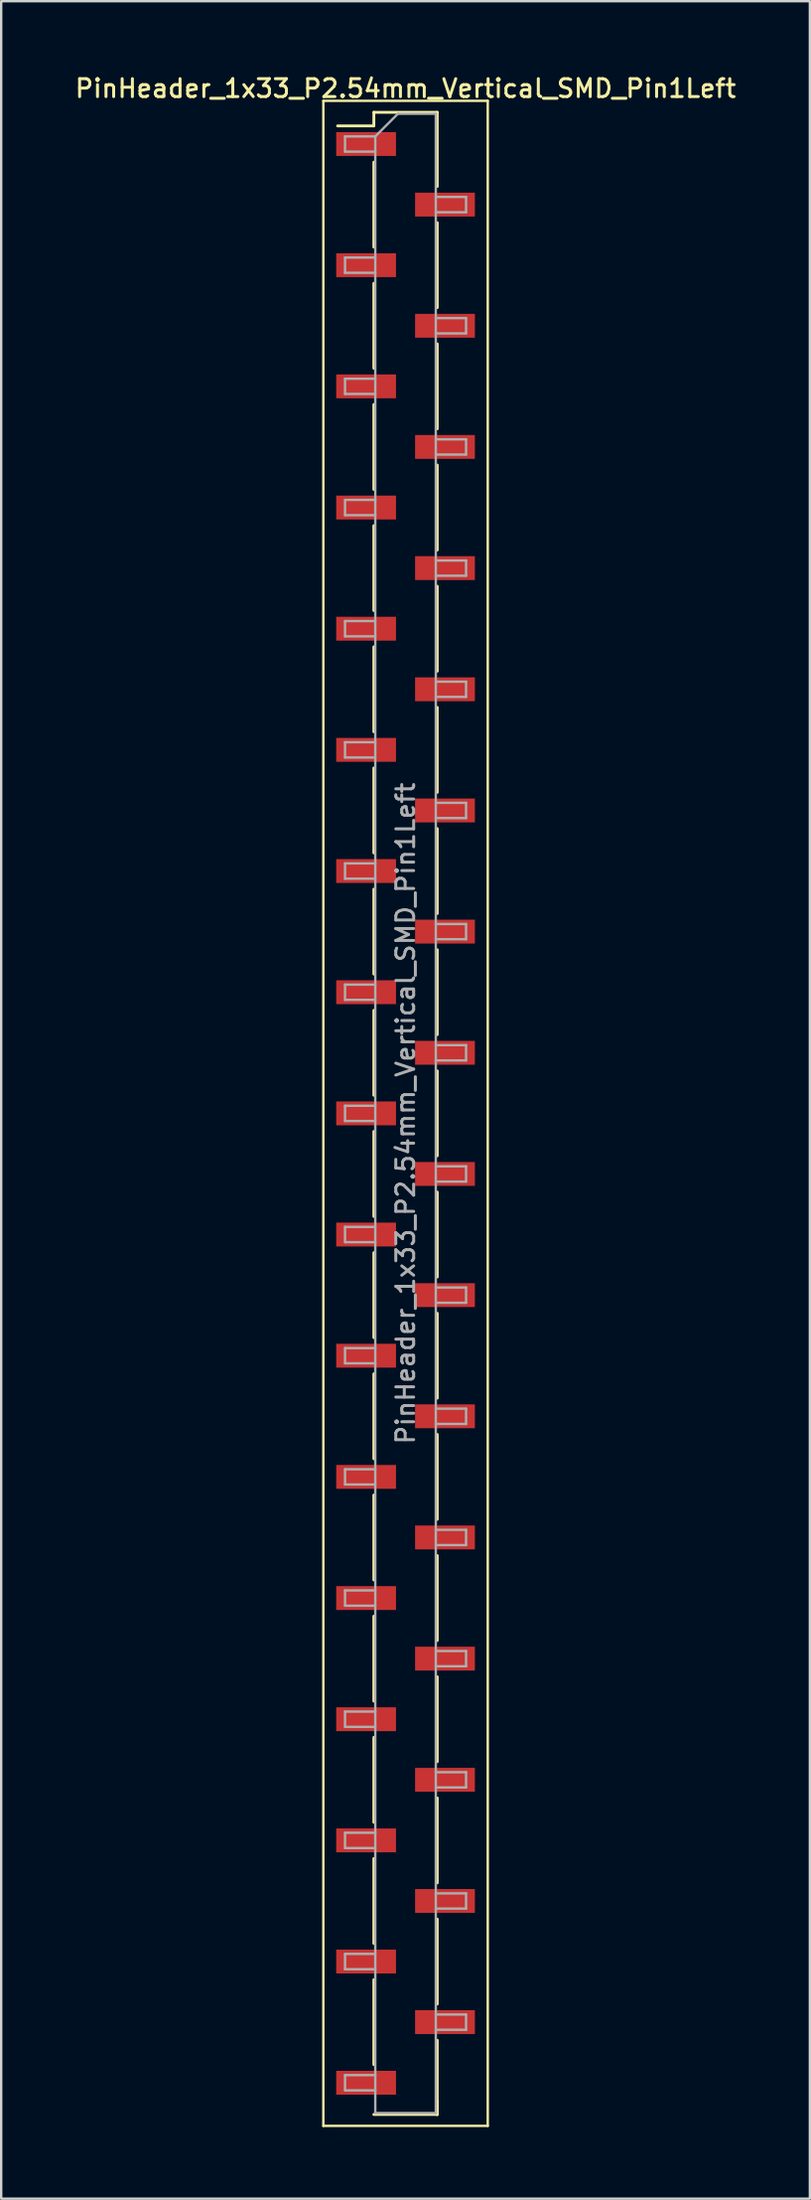
<source format=kicad_pcb>
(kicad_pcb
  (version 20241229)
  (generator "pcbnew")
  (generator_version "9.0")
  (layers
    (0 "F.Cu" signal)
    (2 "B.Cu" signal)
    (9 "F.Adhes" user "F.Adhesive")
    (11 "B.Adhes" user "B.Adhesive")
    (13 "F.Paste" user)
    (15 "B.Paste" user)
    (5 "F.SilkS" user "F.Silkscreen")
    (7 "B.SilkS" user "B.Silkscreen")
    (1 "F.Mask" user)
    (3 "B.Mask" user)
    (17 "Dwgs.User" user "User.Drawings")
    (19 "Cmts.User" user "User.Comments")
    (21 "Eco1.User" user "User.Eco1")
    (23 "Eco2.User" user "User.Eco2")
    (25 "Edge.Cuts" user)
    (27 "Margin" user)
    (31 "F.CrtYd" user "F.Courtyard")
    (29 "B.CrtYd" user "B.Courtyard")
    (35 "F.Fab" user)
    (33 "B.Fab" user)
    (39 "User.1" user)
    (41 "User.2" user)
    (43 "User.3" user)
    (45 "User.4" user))
  (footprint "PinHeader_1x33_P2.54mm_Vertical_SMD_Pin1Left"
    (layer "F.Cu")
    (at 13.97 43.628)
    (property "Reference" "PinHeader_1x33_P2.54mm_Vertical_SMD_Pin1Left" (at 0 -42.97 0) (layer "F.SilkS") (effects (font (size 0.75 0.75) (thickness 0.125))))
    (attr smd)
    (fp_line (start -3.45 -42.45) (end -3.45 42.45) (stroke (width 0.1) (type solid)) (layer "F.SilkS"))
    (fp_line (start -3.45 42.45) (end 3.45 42.45) (stroke (width 0.1) (type solid)) (layer "F.SilkS"))
    (fp_line (start -1.33 -41.97) (end -1.33 -41.4) (stroke (width 0.12) (type solid)) (layer "F.SilkS"))
    (fp_line (start -1.33 -41.97) (end 1.33 -41.97) (stroke (width 0.12) (type solid)) (layer "F.SilkS"))
    (fp_line (start -1.33 -41.4) (end -2.85 -41.4) (stroke (width 0.12) (type solid)) (layer "F.SilkS"))
    (fp_line (start -1.33 -39.88) (end -1.33 -36.32) (stroke (width 0.12) (type solid)) (layer "F.SilkS"))
    (fp_line (start -1.33 -34.8) (end -1.33 -31.24) (stroke (width 0.12) (type solid)) (layer "F.SilkS"))
    (fp_line (start -1.33 -29.72) (end -1.33 -26.16) (stroke (width 0.12) (type solid)) (layer "F.SilkS"))
    (fp_line (start -1.33 -24.64) (end -1.33 -21.08) (stroke (width 0.12) (type solid)) (layer "F.SilkS"))
    (fp_line (start -1.33 -19.56) (end -1.33 -16) (stroke (width 0.12) (type solid)) (layer "F.SilkS"))
    (fp_line (start -1.33 -14.48) (end -1.33 -10.92) (stroke (width 0.12) (type solid)) (layer "F.SilkS"))
    (fp_line (start -1.33 -9.4) (end -1.33 -5.84) (stroke (width 0.12) (type solid)) (layer "F.SilkS"))
    (fp_line (start -1.33 -4.32) (end -1.33 -0.76) (stroke (width 0.12) (type solid)) (layer "F.SilkS"))
    (fp_line (start -1.33 0.76) (end -1.33 4.32) (stroke (width 0.12) (type solid)) (layer "F.SilkS"))
    (fp_line (start -1.33 5.84) (end -1.33 9.4) (stroke (width 0.12) (type solid)) (layer "F.SilkS"))
    (fp_line (start -1.33 10.92) (end -1.33 14.48) (stroke (width 0.12) (type solid)) (layer "F.SilkS"))
    (fp_line (start -1.33 16) (end -1.33 19.56) (stroke (width 0.12) (type solid)) (layer "F.SilkS"))
    (fp_line (start -1.33 21.08) (end -1.33 24.64) (stroke (width 0.12) (type solid)) (layer "F.SilkS"))
    (fp_line (start -1.33 26.16) (end -1.33 29.72) (stroke (width 0.12) (type solid)) (layer "F.SilkS"))
    (fp_line (start -1.33 31.24) (end -1.33 34.8) (stroke (width 0.12) (type solid)) (layer "F.SilkS"))
    (fp_line (start -1.33 36.32) (end -1.33 39.88) (stroke (width 0.12) (type solid)) (layer "F.SilkS"))
    (fp_line (start -1.33 41.97) (end 1.33 41.97) (stroke (width 0.12) (type solid)) (layer "F.SilkS"))
    (fp_line (start 1.33 -41.97) (end 1.33 -38.86) (stroke (width 0.12) (type solid)) (layer "F.SilkS"))
    (fp_line (start 1.33 -37.34) (end 1.33 -33.78) (stroke (width 0.12) (type solid)) (layer "F.SilkS"))
    (fp_line (start 1.33 -32.26) (end 1.33 -28.7) (stroke (width 0.12) (type solid)) (layer "F.SilkS"))
    (fp_line (start 1.33 -27.18) (end 1.33 -23.62) (stroke (width 0.12) (type solid)) (layer "F.SilkS"))
    (fp_line (start 1.33 -22.1) (end 1.33 -18.54) (stroke (width 0.12) (type solid)) (layer "F.SilkS"))
    (fp_line (start 1.33 -17.02) (end 1.33 -13.46) (stroke (width 0.12) (type solid)) (layer "F.SilkS"))
    (fp_line (start 1.33 -11.94) (end 1.33 -8.38) (stroke (width 0.12) (type solid)) (layer "F.SilkS"))
    (fp_line (start 1.33 -6.86) (end 1.33 -3.3) (stroke (width 0.12) (type solid)) (layer "F.SilkS"))
    (fp_line (start 1.33 -1.78) (end 1.33 1.78) (stroke (width 0.12) (type solid)) (layer "F.SilkS"))
    (fp_line (start 1.33 3.3) (end 1.33 6.86) (stroke (width 0.12) (type solid)) (layer "F.SilkS"))
    (fp_line (start 1.33 8.38) (end 1.33 11.94) (stroke (width 0.12) (type solid)) (layer "F.SilkS"))
    (fp_line (start 1.33 13.46) (end 1.33 17.02) (stroke (width 0.12) (type solid)) (layer "F.SilkS"))
    (fp_line (start 1.33 18.54) (end 1.33 22.1) (stroke (width 0.12) (type solid)) (layer "F.SilkS"))
    (fp_line (start 1.33 23.62) (end 1.33 27.18) (stroke (width 0.12) (type solid)) (layer "F.SilkS"))
    (fp_line (start 1.33 28.7) (end 1.33 32.26) (stroke (width 0.12) (type solid)) (layer "F.SilkS"))
    (fp_line (start 1.33 33.78) (end 1.33 37.34) (stroke (width 0.12) (type solid)) (layer "F.SilkS"))
    (fp_line (start 1.33 38.86) (end 1.33 41.97) (stroke (width 0.12) (type solid)) (layer "F.SilkS"))
    (fp_line (start 1.33 41.4) (end 1.33 41.97) (stroke (width 0.12) (type solid)) (layer "F.SilkS"))
    (fp_line (start 3.45 -42.45) (end -3.45 -42.45) (stroke (width 0.1) (type solid)) (layer "F.SilkS"))
    (fp_line (start 3.45 42.45) (end 3.45 -42.45) (stroke (width 0.1) (type solid)) (layer "F.SilkS"))
    (fp_line (start -2.54 -40.96) (end -2.54 -40.32) (stroke (width 0.1) (type solid)) (layer "F.Fab"))
    (fp_line (start -2.54 -40.32) (end -1.27 -40.32) (stroke (width 0.1) (type solid)) (layer "F.Fab"))
    (fp_line (start -2.54 -35.88) (end -2.54 -35.24) (stroke (width 0.1) (type solid)) (layer "F.Fab"))
    (fp_line (start -2.54 -35.24) (end -1.27 -35.24) (stroke (width 0.1) (type solid)) (layer "F.Fab"))
    (fp_line (start -2.54 -30.8) (end -2.54 -30.16) (stroke (width 0.1) (type solid)) (layer "F.Fab"))
    (fp_line (start -2.54 -30.16) (end -1.27 -30.16) (stroke (width 0.1) (type solid)) (layer "F.Fab"))
    (fp_line (start -2.54 -25.72) (end -2.54 -25.08) (stroke (width 0.1) (type solid)) (layer "F.Fab"))
    (fp_line (start -2.54 -25.08) (end -1.27 -25.08) (stroke (width 0.1) (type solid)) (layer "F.Fab"))
    (fp_line (start -2.54 -20.64) (end -2.54 -20) (stroke (width 0.1) (type solid)) (layer "F.Fab"))
    (fp_line (start -2.54 -20) (end -1.27 -20) (stroke (width 0.1) (type solid)) (layer "F.Fab"))
    (fp_line (start -2.54 -15.56) (end -2.54 -14.92) (stroke (width 0.1) (type solid)) (layer "F.Fab"))
    (fp_line (start -2.54 -14.92) (end -1.27 -14.92) (stroke (width 0.1) (type solid)) (layer "F.Fab"))
    (fp_line (start -2.54 -10.48) (end -2.54 -9.84) (stroke (width 0.1) (type solid)) (layer "F.Fab"))
    (fp_line (start -2.54 -9.84) (end -1.27 -9.84) (stroke (width 0.1) (type solid)) (layer "F.Fab"))
    (fp_line (start -2.54 -5.4) (end -2.54 -4.76) (stroke (width 0.1) (type solid)) (layer "F.Fab"))
    (fp_line (start -2.54 -4.76) (end -1.27 -4.76) (stroke (width 0.1) (type solid)) (layer "F.Fab"))
    (fp_line (start -2.54 -0.32) (end -2.54 0.32) (stroke (width 0.1) (type solid)) (layer "F.Fab"))
    (fp_line (start -2.54 0.32) (end -1.27 0.32) (stroke (width 0.1) (type solid)) (layer "F.Fab"))
    (fp_line (start -2.54 4.76) (end -2.54 5.4) (stroke (width 0.1) (type solid)) (layer "F.Fab"))
    (fp_line (start -2.54 5.4) (end -1.27 5.4) (stroke (width 0.1) (type solid)) (layer "F.Fab"))
    (fp_line (start -2.54 9.84) (end -2.54 10.48) (stroke (width 0.1) (type solid)) (layer "F.Fab"))
    (fp_line (start -2.54 10.48) (end -1.27 10.48) (stroke (width 0.1) (type solid)) (layer "F.Fab"))
    (fp_line (start -2.54 14.92) (end -2.54 15.56) (stroke (width 0.1) (type solid)) (layer "F.Fab"))
    (fp_line (start -2.54 15.56) (end -1.27 15.56) (stroke (width 0.1) (type solid)) (layer "F.Fab"))
    (fp_line (start -2.54 20) (end -2.54 20.64) (stroke (width 0.1) (type solid)) (layer "F.Fab"))
    (fp_line (start -2.54 20.64) (end -1.27 20.64) (stroke (width 0.1) (type solid)) (layer "F.Fab"))
    (fp_line (start -2.54 25.08) (end -2.54 25.72) (stroke (width 0.1) (type solid)) (layer "F.Fab"))
    (fp_line (start -2.54 25.72) (end -1.27 25.72) (stroke (width 0.1) (type solid)) (layer "F.Fab"))
    (fp_line (start -2.54 30.16) (end -2.54 30.8) (stroke (width 0.1) (type solid)) (layer "F.Fab"))
    (fp_line (start -2.54 30.8) (end -1.27 30.8) (stroke (width 0.1) (type solid)) (layer "F.Fab"))
    (fp_line (start -2.54 35.24) (end -2.54 35.88) (stroke (width 0.1) (type solid)) (layer "F.Fab"))
    (fp_line (start -2.54 35.88) (end -1.27 35.88) (stroke (width 0.1) (type solid)) (layer "F.Fab"))
    (fp_line (start -2.54 40.32) (end -2.54 40.96) (stroke (width 0.1) (type solid)) (layer "F.Fab"))
    (fp_line (start -2.54 40.96) (end -1.27 40.96) (stroke (width 0.1) (type solid)) (layer "F.Fab"))
    (fp_line (start -1.27 -40.96) (end -2.54 -40.96) (stroke (width 0.1) (type solid)) (layer "F.Fab"))
    (fp_line (start -1.27 -40.96) (end -0.32 -41.91) (stroke (width 0.1) (type solid)) (layer "F.Fab"))
    (fp_line (start -1.27 -35.88) (end -2.54 -35.88) (stroke (width 0.1) (type solid)) (layer "F.Fab"))
    (fp_line (start -1.27 -30.8) (end -2.54 -30.8) (stroke (width 0.1) (type solid)) (layer "F.Fab"))
    (fp_line (start -1.27 -25.72) (end -2.54 -25.72) (stroke (width 0.1) (type solid)) (layer "F.Fab"))
    (fp_line (start -1.27 -20.64) (end -2.54 -20.64) (stroke (width 0.1) (type solid)) (layer "F.Fab"))
    (fp_line (start -1.27 -15.56) (end -2.54 -15.56) (stroke (width 0.1) (type solid)) (layer "F.Fab"))
    (fp_line (start -1.27 -10.48) (end -2.54 -10.48) (stroke (width 0.1) (type solid)) (layer "F.Fab"))
    (fp_line (start -1.27 -5.4) (end -2.54 -5.4) (stroke (width 0.1) (type solid)) (layer "F.Fab"))
    (fp_line (start -1.27 -0.32) (end -2.54 -0.32) (stroke (width 0.1) (type solid)) (layer "F.Fab"))
    (fp_line (start -1.27 4.76) (end -2.54 4.76) (stroke (width 0.1) (type solid)) (layer "F.Fab"))
    (fp_line (start -1.27 9.84) (end -2.54 9.84) (stroke (width 0.1) (type solid)) (layer "F.Fab"))
    (fp_line (start -1.27 14.92) (end -2.54 14.92) (stroke (width 0.1) (type solid)) (layer "F.Fab"))
    (fp_line (start -1.27 20) (end -2.54 20) (stroke (width 0.1) (type solid)) (layer "F.Fab"))
    (fp_line (start -1.27 25.08) (end -2.54 25.08) (stroke (width 0.1) (type solid)) (layer "F.Fab"))
    (fp_line (start -1.27 30.16) (end -2.54 30.16) (stroke (width 0.1) (type solid)) (layer "F.Fab"))
    (fp_line (start -1.27 35.24) (end -2.54 35.24) (stroke (width 0.1) (type solid)) (layer "F.Fab"))
    (fp_line (start -1.27 40.32) (end -2.54 40.32) (stroke (width 0.1) (type solid)) (layer "F.Fab"))
    (fp_line (start -1.27 41.91) (end -1.27 -40.96) (stroke (width 0.1) (type solid)) (layer "F.Fab"))
    (fp_line (start -0.32 -41.91) (end 1.27 -41.91) (stroke (width 0.1) (type solid)) (layer "F.Fab"))
    (fp_line (start 1.27 -41.91) (end 1.27 41.91) (stroke (width 0.1) (type solid)) (layer "F.Fab"))
    (fp_line (start 1.27 -38.42) (end 2.54 -38.42) (stroke (width 0.1) (type solid)) (layer "F.Fab"))
    (fp_line (start 1.27 -33.34) (end 2.54 -33.34) (stroke (width 0.1) (type solid)) (layer "F.Fab"))
    (fp_line (start 1.27 -28.26) (end 2.54 -28.26) (stroke (width 0.1) (type solid)) (layer "F.Fab"))
    (fp_line (start 1.27 -23.18) (end 2.54 -23.18) (stroke (width 0.1) (type solid)) (layer "F.Fab"))
    (fp_line (start 1.27 -18.1) (end 2.54 -18.1) (stroke (width 0.1) (type solid)) (layer "F.Fab"))
    (fp_line (start 1.27 -13.02) (end 2.54 -13.02) (stroke (width 0.1) (type solid)) (layer "F.Fab"))
    (fp_line (start 1.27 -7.94) (end 2.54 -7.94) (stroke (width 0.1) (type solid)) (layer "F.Fab"))
    (fp_line (start 1.27 -2.86) (end 2.54 -2.86) (stroke (width 0.1) (type solid)) (layer "F.Fab"))
    (fp_line (start 1.27 2.22) (end 2.54 2.22) (stroke (width 0.1) (type solid)) (layer "F.Fab"))
    (fp_line (start 1.27 7.3) (end 2.54 7.3) (stroke (width 0.1) (type solid)) (layer "F.Fab"))
    (fp_line (start 1.27 12.38) (end 2.54 12.38) (stroke (width 0.1) (type solid)) (layer "F.Fab"))
    (fp_line (start 1.27 17.46) (end 2.54 17.46) (stroke (width 0.1) (type solid)) (layer "F.Fab"))
    (fp_line (start 1.27 22.54) (end 2.54 22.54) (stroke (width 0.1) (type solid)) (layer "F.Fab"))
    (fp_line (start 1.27 27.62) (end 2.54 27.62) (stroke (width 0.1) (type solid)) (layer "F.Fab"))
    (fp_line (start 1.27 32.7) (end 2.54 32.7) (stroke (width 0.1) (type solid)) (layer "F.Fab"))
    (fp_line (start 1.27 37.78) (end 2.54 37.78) (stroke (width 0.1) (type solid)) (layer "F.Fab"))
    (fp_line (start 1.27 41.91) (end -1.27 41.91) (stroke (width 0.1) (type solid)) (layer "F.Fab"))
    (fp_line (start 2.54 -38.42) (end 2.54 -37.78) (stroke (width 0.1) (type solid)) (layer "F.Fab"))
    (fp_line (start 2.54 -37.78) (end 1.27 -37.78) (stroke (width 0.1) (type solid)) (layer "F.Fab"))
    (fp_line (start 2.54 -33.34) (end 2.54 -32.7) (stroke (width 0.1) (type solid)) (layer "F.Fab"))
    (fp_line (start 2.54 -32.7) (end 1.27 -32.7) (stroke (width 0.1) (type solid)) (layer "F.Fab"))
    (fp_line (start 2.54 -28.26) (end 2.54 -27.62) (stroke (width 0.1) (type solid)) (layer "F.Fab"))
    (fp_line (start 2.54 -27.62) (end 1.27 -27.62) (stroke (width 0.1) (type solid)) (layer "F.Fab"))
    (fp_line (start 2.54 -23.18) (end 2.54 -22.54) (stroke (width 0.1) (type solid)) (layer "F.Fab"))
    (fp_line (start 2.54 -22.54) (end 1.27 -22.54) (stroke (width 0.1) (type solid)) (layer "F.Fab"))
    (fp_line (start 2.54 -18.1) (end 2.54 -17.46) (stroke (width 0.1) (type solid)) (layer "F.Fab"))
    (fp_line (start 2.54 -17.46) (end 1.27 -17.46) (stroke (width 0.1) (type solid)) (layer "F.Fab"))
    (fp_line (start 2.54 -13.02) (end 2.54 -12.38) (stroke (width 0.1) (type solid)) (layer "F.Fab"))
    (fp_line (start 2.54 -12.38) (end 1.27 -12.38) (stroke (width 0.1) (type solid)) (layer "F.Fab"))
    (fp_line (start 2.54 -7.94) (end 2.54 -7.3) (stroke (width 0.1) (type solid)) (layer "F.Fab"))
    (fp_line (start 2.54 -7.3) (end 1.27 -7.3) (stroke (width 0.1) (type solid)) (layer "F.Fab"))
    (fp_line (start 2.54 -2.86) (end 2.54 -2.22) (stroke (width 0.1) (type solid)) (layer "F.Fab"))
    (fp_line (start 2.54 -2.22) (end 1.27 -2.22) (stroke (width 0.1) (type solid)) (layer "F.Fab"))
    (fp_line (start 2.54 2.22) (end 2.54 2.86) (stroke (width 0.1) (type solid)) (layer "F.Fab"))
    (fp_line (start 2.54 2.86) (end 1.27 2.86) (stroke (width 0.1) (type solid)) (layer "F.Fab"))
    (fp_line (start 2.54 7.3) (end 2.54 7.94) (stroke (width 0.1) (type solid)) (layer "F.Fab"))
    (fp_line (start 2.54 7.94) (end 1.27 7.94) (stroke (width 0.1) (type solid)) (layer "F.Fab"))
    (fp_line (start 2.54 12.38) (end 2.54 13.02) (stroke (width 0.1) (type solid)) (layer "F.Fab"))
    (fp_line (start 2.54 13.02) (end 1.27 13.02) (stroke (width 0.1) (type solid)) (layer "F.Fab"))
    (fp_line (start 2.54 17.46) (end 2.54 18.1) (stroke (width 0.1) (type solid)) (layer "F.Fab"))
    (fp_line (start 2.54 18.1) (end 1.27 18.1) (stroke (width 0.1) (type solid)) (layer "F.Fab"))
    (fp_line (start 2.54 22.54) (end 2.54 23.18) (stroke (width 0.1) (type solid)) (layer "F.Fab"))
    (fp_line (start 2.54 23.18) (end 1.27 23.18) (stroke (width 0.1) (type solid)) (layer "F.Fab"))
    (fp_line (start 2.54 27.62) (end 2.54 28.26) (stroke (width 0.1) (type solid)) (layer "F.Fab"))
    (fp_line (start 2.54 28.26) (end 1.27 28.26) (stroke (width 0.1) (type solid)) (layer "F.Fab"))
    (fp_line (start 2.54 32.7) (end 2.54 33.34) (stroke (width 0.1) (type solid)) (layer "F.Fab"))
    (fp_line (start 2.54 33.34) (end 1.27 33.34) (stroke (width 0.1) (type solid)) (layer "F.Fab"))
    (fp_line (start 2.54 37.78) (end 2.54 38.42) (stroke (width 0.1) (type solid)) (layer "F.Fab"))
    (fp_line (start 2.54 38.42) (end 1.27 38.42) (stroke (width 0.1) (type solid)) (layer "F.Fab"))
    (fp_text user "${REFERENCE}" (at 0 0 90) (layer "F.Fab") (effects (font (size 0.75 0.75) (thickness 0.125))))
    (pad "1" smd rect (at -1.655 -40.64) (size 2.51 1) (layers "F.Cu" "F.Mask" "F.Paste"))
    (pad "2" smd rect (at 1.655 -38.1) (size 2.51 1) (layers "F.Cu" "F.Mask" "F.Paste"))
    (pad "3" smd rect (at -1.655 -35.56) (size 2.51 1) (layers "F.Cu" "F.Mask" "F.Paste"))
    (pad "4" smd rect (at 1.655 -33.02) (size 2.51 1) (layers "F.Cu" "F.Mask" "F.Paste"))
    (pad "5" smd rect (at -1.655 -30.48) (size 2.51 1) (layers "F.Cu" "F.Mask" "F.Paste"))
    (pad "6" smd rect (at 1.655 -27.94) (size 2.51 1) (layers "F.Cu" "F.Mask" "F.Paste"))
    (pad "7" smd rect (at -1.655 -25.4) (size 2.51 1) (layers "F.Cu" "F.Mask" "F.Paste"))
    (pad "8" smd rect (at 1.655 -22.86) (size 2.51 1) (layers "F.Cu" "F.Mask" "F.Paste"))
    (pad "9" smd rect (at -1.655 -20.32) (size 2.51 1) (layers "F.Cu" "F.Mask" "F.Paste"))
    (pad "10" smd rect (at 1.655 -17.78) (size 2.51 1) (layers "F.Cu" "F.Mask" "F.Paste"))
    (pad "11" smd rect (at -1.655 -15.24) (size 2.51 1) (layers "F.Cu" "F.Mask" "F.Paste"))
    (pad "12" smd rect (at 1.655 -12.7) (size 2.51 1) (layers "F.Cu" "F.Mask" "F.Paste"))
    (pad "13" smd rect (at -1.655 -10.16) (size 2.51 1) (layers "F.Cu" "F.Mask" "F.Paste"))
    (pad "14" smd rect (at 1.655 -7.62) (size 2.51 1) (layers "F.Cu" "F.Mask" "F.Paste"))
    (pad "15" smd rect (at -1.655 -5.08) (size 2.51 1) (layers "F.Cu" "F.Mask" "F.Paste"))
    (pad "16" smd rect (at 1.655 -2.54) (size 2.51 1) (layers "F.Cu" "F.Mask" "F.Paste"))
    (pad "17" smd rect (at -1.655 0) (size 2.51 1) (layers "F.Cu" "F.Mask" "F.Paste"))
    (pad "18" smd rect (at 1.655 2.54) (size 2.51 1) (layers "F.Cu" "F.Mask" "F.Paste"))
    (pad "19" smd rect (at -1.655 5.08) (size 2.51 1) (layers "F.Cu" "F.Mask" "F.Paste"))
    (pad "20" smd rect (at 1.655 7.62) (size 2.51 1) (layers "F.Cu" "F.Mask" "F.Paste"))
    (pad "21" smd rect (at -1.655 10.16) (size 2.51 1) (layers "F.Cu" "F.Mask" "F.Paste"))
    (pad "22" smd rect (at 1.655 12.7) (size 2.51 1) (layers "F.Cu" "F.Mask" "F.Paste"))
    (pad "23" smd rect (at -1.655 15.24) (size 2.51 1) (layers "F.Cu" "F.Mask" "F.Paste"))
    (pad "24" smd rect (at 1.655 17.78) (size 2.51 1) (layers "F.Cu" "F.Mask" "F.Paste"))
    (pad "25" smd rect (at -1.655 20.32) (size 2.51 1) (layers "F.Cu" "F.Mask" "F.Paste"))
    (pad "26" smd rect (at 1.655 22.86) (size 2.51 1) (layers "F.Cu" "F.Mask" "F.Paste"))
    (pad "27" smd rect (at -1.655 25.4) (size 2.51 1) (layers "F.Cu" "F.Mask" "F.Paste"))
    (pad "28" smd rect (at 1.655 27.94) (size 2.51 1) (layers "F.Cu" "F.Mask" "F.Paste"))
    (pad "29" smd rect (at -1.655 30.48) (size 2.51 1) (layers "F.Cu" "F.Mask" "F.Paste"))
    (pad "30" smd rect (at 1.655 33.02) (size 2.51 1) (layers "F.Cu" "F.Mask" "F.Paste"))
    (pad "31" smd rect (at -1.655 35.56) (size 2.51 1) (layers "F.Cu" "F.Mask" "F.Paste"))
    (pad "32" smd rect (at 1.655 38.1) (size 2.51 1) (layers "F.Cu" "F.Mask" "F.Paste"))
    (pad "33" smd rect (at -1.655 40.64) (size 2.51 1) (layers "F.Cu" "F.Mask" "F.Paste")))
  (gr_rect
    (start -3 -3)
    (end 30.939 89.128)
    (stroke (width 0.1) (type default))
    (fill no)
    (layer "Edge.Cuts")))
</source>
